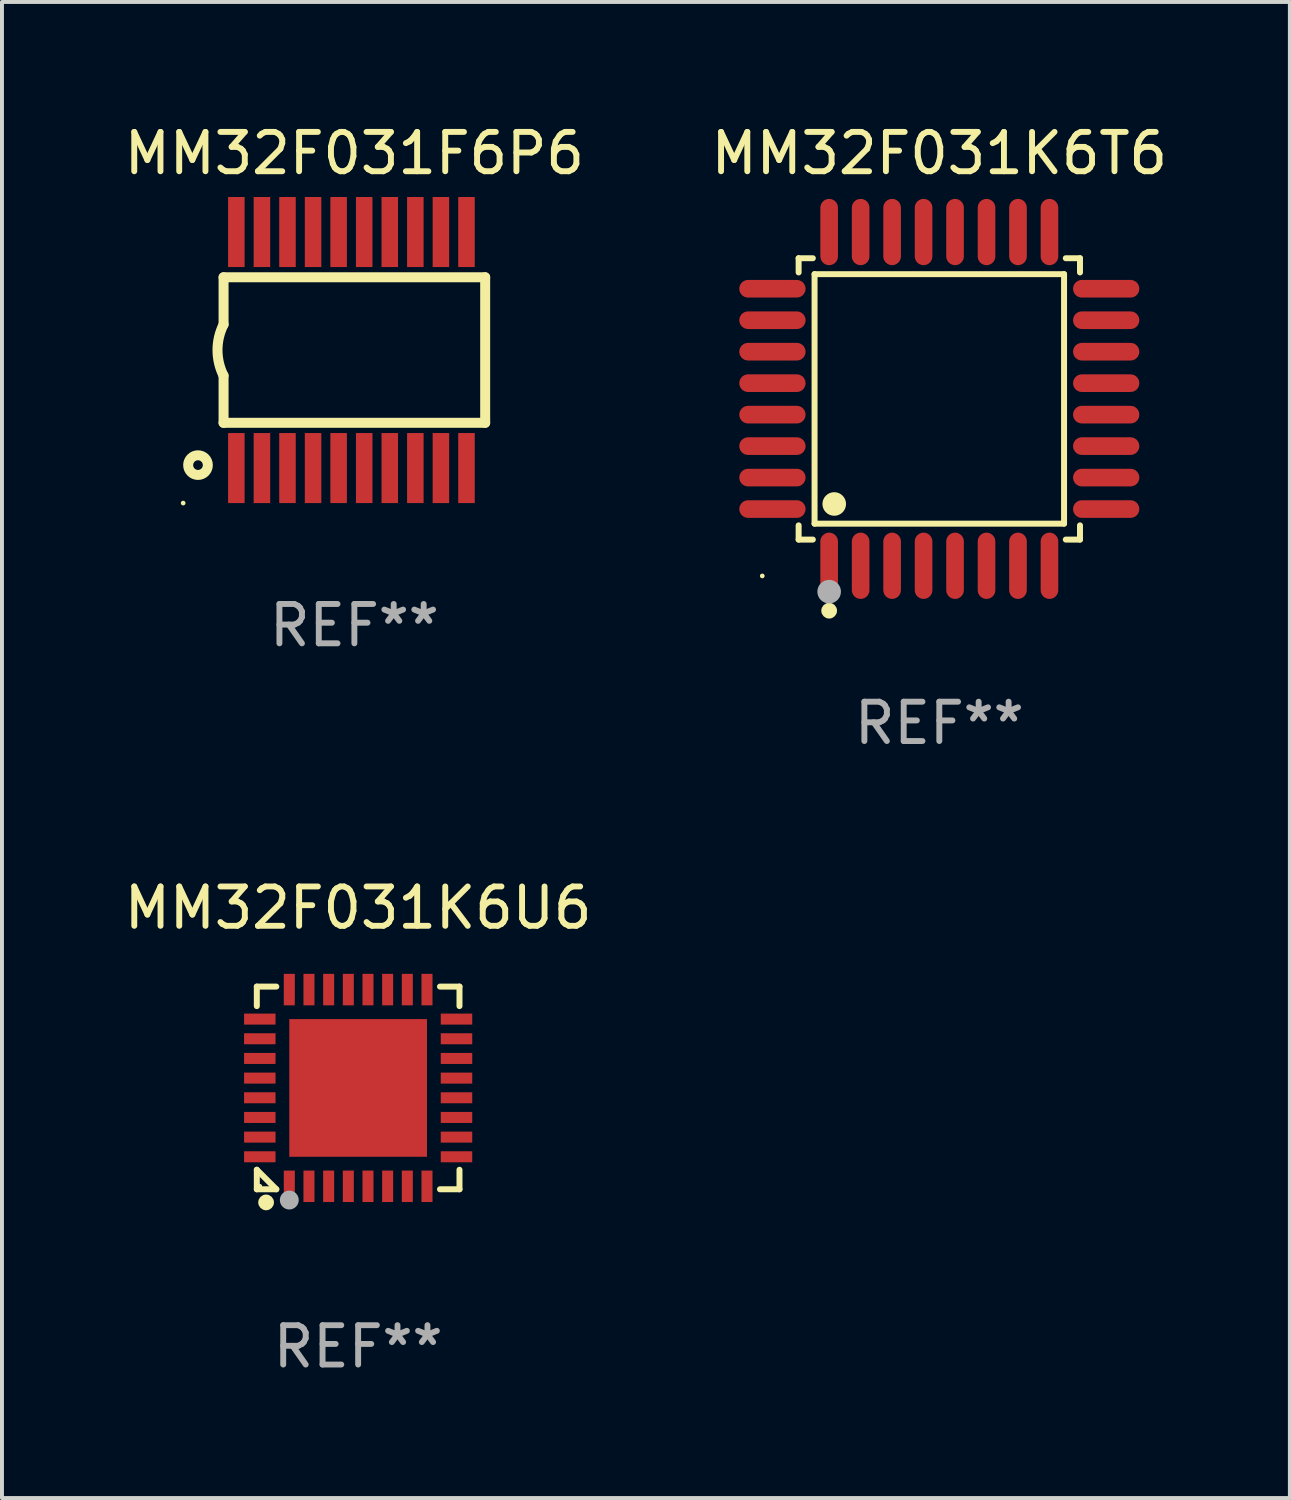
<source format=kicad_pcb>
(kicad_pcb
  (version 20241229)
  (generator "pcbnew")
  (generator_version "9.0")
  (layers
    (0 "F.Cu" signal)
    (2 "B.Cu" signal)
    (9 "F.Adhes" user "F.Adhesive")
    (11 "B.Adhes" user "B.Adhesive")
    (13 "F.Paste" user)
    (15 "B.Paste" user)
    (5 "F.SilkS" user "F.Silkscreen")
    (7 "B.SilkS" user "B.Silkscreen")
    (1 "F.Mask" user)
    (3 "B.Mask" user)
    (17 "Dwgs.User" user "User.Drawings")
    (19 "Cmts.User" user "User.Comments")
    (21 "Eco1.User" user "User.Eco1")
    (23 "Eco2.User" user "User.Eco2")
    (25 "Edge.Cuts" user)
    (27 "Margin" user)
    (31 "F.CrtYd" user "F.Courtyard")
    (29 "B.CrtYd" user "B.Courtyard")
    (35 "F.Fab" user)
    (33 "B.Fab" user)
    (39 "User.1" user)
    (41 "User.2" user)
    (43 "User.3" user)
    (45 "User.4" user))
  (footprint "MM32F031K6U6"
    (layer "F.Cu")
    (at 6.054 24.605)
    (property "Reference" "MM32F031K6U6" (at 0 -4.576 0) (layer "F.SilkS") (effects (font (size 1 1) (thickness 0.15))))
    (attr through_hole)
    (fp_line (start -2.576 -2.576) (end -2.08 -2.576) (stroke (width 0.152) (type solid)) (layer "F.SilkS"))
    (fp_line (start -2.576 -2.08) (end -2.576 -2.576) (stroke (width 0.152) (type solid)) (layer "F.SilkS"))
    (fp_line (start -2.576 2.08) (end -2.576 2.576) (stroke (width 0.152) (type solid)) (layer "F.SilkS"))
    (fp_line (start -2.576 2.08) (end -2.08 2.576) (stroke (width 0.152) (type solid)) (layer "F.SilkS"))
    (fp_line (start -2.576 2.576) (end -2.08 2.576) (stroke (width 0.152) (type solid)) (layer "F.SilkS"))
    (fp_line (start 2.576 -2.576) (end 2.08 -2.576) (stroke (width 0.152) (type solid)) (layer "F.SilkS"))
    (fp_line (start 2.576 -2.08) (end 2.576 -2.576) (stroke (width 0.152) (type solid)) (layer "F.SilkS"))
    (fp_line (start 2.576 2.08) (end 2.576 2.576) (stroke (width 0.152) (type solid)) (layer "F.SilkS"))
    (fp_line (start 2.576 2.576) (end 2.08 2.576) (stroke (width 0.152) (type solid)) (layer "F.SilkS"))
    (fp_circle (center -2.5 2.5) (end -2.47 2.5) (stroke (width 0.06) (type solid)) (fill no) (layer "F.SilkS"))
    (fp_circle (center -2.34 2.91) (end -2.24 2.91) (stroke (width 0.2) (type solid)) (fill no) (layer "F.SilkS"))
    (fp_circle (center -1.75 2.85) (end -1.63 2.85) (stroke (width 0.24) (type solid)) (fill no) (layer "F.Fab"))
    (fp_text user "REF**" (at 0 6.576 0) (layer "F.Fab") (effects (font (size 1 1) (thickness 0.15))))
    (pad "1" smd rect (at -1.75 2.5) (size 0.28 0.8) (layers "F.Cu" "F.Mask" "F.Paste"))
    (pad "2" smd rect (at -1.25 2.5) (size 0.28 0.8) (layers "F.Cu" "F.Mask" "F.Paste"))
    (pad "3" smd rect (at -0.75 2.5) (size 0.28 0.8) (layers "F.Cu" "F.Mask" "F.Paste"))
    (pad "4" smd rect (at -0.25 2.5) (size 0.28 0.8) (layers "F.Cu" "F.Mask" "F.Paste"))
    (pad "5" smd rect (at 0.25 2.5) (size 0.28 0.8) (layers "F.Cu" "F.Mask" "F.Paste"))
    (pad "6" smd rect (at 0.75 2.5) (size 0.28 0.8) (layers "F.Cu" "F.Mask" "F.Paste"))
    (pad "7" smd rect (at 1.25 2.5) (size 0.28 0.8) (layers "F.Cu" "F.Mask" "F.Paste"))
    (pad "8" smd rect (at 1.75 2.5) (size 0.28 0.8) (layers "F.Cu" "F.Mask" "F.Paste"))
    (pad "9" smd rect (at 2.5 1.75) (size 0.8 0.28) (layers "F.Cu" "F.Mask" "F.Paste"))
    (pad "10" smd rect (at 2.5 1.25) (size 0.8 0.28) (layers "F.Cu" "F.Mask" "F.Paste"))
    (pad "11" smd rect (at 2.5 0.75) (size 0.8 0.28) (layers "F.Cu" "F.Mask" "F.Paste"))
    (pad "12" smd rect (at 2.5 0.25) (size 0.8 0.28) (layers "F.Cu" "F.Mask" "F.Paste"))
    (pad "13" smd rect (at 2.5 -0.25) (size 0.8 0.28) (layers "F.Cu" "F.Mask" "F.Paste"))
    (pad "14" smd rect (at 2.5 -0.75) (size 0.8 0.28) (layers "F.Cu" "F.Mask" "F.Paste"))
    (pad "15" smd rect (at 2.5 -1.25) (size 0.8 0.28) (layers "F.Cu" "F.Mask" "F.Paste"))
    (pad "16" smd rect (at 2.5 -1.75) (size 0.8 0.28) (layers "F.Cu" "F.Mask" "F.Paste"))
    (pad "17" smd rect (at 1.75 -2.5) (size 0.28 0.8) (layers "F.Cu" "F.Mask" "F.Paste"))
    (pad "18" smd rect (at 1.25 -2.5) (size 0.28 0.8) (layers "F.Cu" "F.Mask" "F.Paste"))
    (pad "19" smd rect (at 0.75 -2.5) (size 0.28 0.8) (layers "F.Cu" "F.Mask" "F.Paste"))
    (pad "20" smd rect (at 0.25 -2.5) (size 0.28 0.8) (layers "F.Cu" "F.Mask" "F.Paste"))
    (pad "21" smd rect (at -0.25 -2.5) (size 0.28 0.8) (layers "F.Cu" "F.Mask" "F.Paste"))
    (pad "22" smd rect (at -0.75 -2.5) (size 0.28 0.8) (layers "F.Cu" "F.Mask" "F.Paste"))
    (pad "23" smd rect (at -1.25 -2.5) (size 0.28 0.8) (layers "F.Cu" "F.Mask" "F.Paste"))
    (pad "24" smd rect (at -1.75 -2.5) (size 0.28 0.8) (layers "F.Cu" "F.Mask" "F.Paste"))
    (pad "25" smd rect (at -2.5 -1.75) (size 0.8 0.28) (layers "F.Cu" "F.Mask" "F.Paste"))
    (pad "26" smd rect (at -2.5 -1.25) (size 0.8 0.28) (layers "F.Cu" "F.Mask" "F.Paste"))
    (pad "27" smd rect (at -2.5 -0.75) (size 0.8 0.28) (layers "F.Cu" "F.Mask" "F.Paste"))
    (pad "28" smd rect (at -2.5 -0.25) (size 0.8 0.28) (layers "F.Cu" "F.Mask" "F.Paste"))
    (pad "29" smd rect (at -2.5 0.25) (size 0.8 0.28) (layers "F.Cu" "F.Mask" "F.Paste"))
    (pad "30" smd rect (at -2.5 0.75) (size 0.8 0.28) (layers "F.Cu" "F.Mask" "F.Paste"))
    (pad "31" smd rect (at -2.5 1.25) (size 0.8 0.28) (layers "F.Cu" "F.Mask" "F.Paste"))
    (pad "32" smd rect (at -2.5 1.75) (size 0.8 0.28) (layers "F.Cu" "F.Mask" "F.Paste"))
    (pad "33" smd rect (at 0 0) (size 3.5 3.5) (layers "F.Cu" "F.Mask" "F.Paste")))
  (footprint "MM32F031K6T6"
    (layer "F.Cu")
    (at 20.827 7.09)
    (property "Reference" "MM32F031K6T6" (at 0 -6.242 0) (layer "F.SilkS") (effects (font (size 1 1) (thickness 0.15))))
    (attr through_hole)
    (fp_line (start -3.576 -3.576) (end -3.215 -3.576) (stroke (width 0.152) (type solid)) (layer "F.SilkS"))
    (fp_line (start -3.576 -3.215) (end -3.576 -3.576) (stroke (width 0.152) (type solid)) (layer "F.SilkS"))
    (fp_line (start -3.576 3.215) (end -3.576 3.576) (stroke (width 0.152) (type solid)) (layer "F.SilkS"))
    (fp_line (start -3.576 3.576) (end -3.215 3.576) (stroke (width 0.152) (type solid)) (layer "F.SilkS"))
    (fp_line (start -3.171 -3.171) (end 3.171 -3.171) (stroke (width 0.152) (type solid)) (layer "F.SilkS"))
    (fp_line (start -3.171 3.171) (end -3.171 -3.171) (stroke (width 0.152) (type solid)) (layer "F.SilkS"))
    (fp_line (start 3.171 -3.171) (end 3.171 3.171) (stroke (width 0.152) (type solid)) (layer "F.SilkS"))
    (fp_line (start 3.171 3.171) (end -3.171 3.171) (stroke (width 0.152) (type solid)) (layer "F.SilkS"))
    (fp_line (start 3.576 -3.576) (end 3.215 -3.576) (stroke (width 0.152) (type solid)) (layer "F.SilkS"))
    (fp_line (start 3.576 -3.215) (end 3.576 -3.576) (stroke (width 0.152) (type solid)) (layer "F.SilkS"))
    (fp_line (start 3.576 3.215) (end 3.576 3.576) (stroke (width 0.152) (type solid)) (layer "F.SilkS"))
    (fp_line (start 3.576 3.576) (end 3.215 3.576) (stroke (width 0.152) (type solid)) (layer "F.SilkS"))
    (fp_circle (center -4.5 4.5) (end -4.47 4.5) (stroke (width 0.06) (type solid)) (fill no) (layer "F.SilkS"))
    (fp_circle (center -2.8 5.384) (end -2.7 5.384) (stroke (width 0.2) (type solid)) (fill no) (layer "F.SilkS"))
    (fp_circle (center -2.671 2.671) (end -2.521 2.671) (stroke (width 0.3) (type solid)) (fill no) (layer "F.SilkS"))
    (fp_circle (center -2.8 4.9) (end -2.65 4.9) (stroke (width 0.3) (type solid)) (fill no) (layer "F.Fab"))
    (fp_text user "REF**" (at 0 8.242 0) (layer "F.Fab") (effects (font (size 1 1) (thickness 0.15))))
    (pad "1" smd oval (at -2.8 4.242) (size 0.448 1.684) (layers "F.Cu" "F.Mask" "F.Paste"))
    (pad "2" smd oval (at -2 4.242) (size 0.448 1.684) (layers "F.Cu" "F.Mask" "F.Paste"))
    (pad "3" smd oval (at -1.2 4.242) (size 0.448 1.684) (layers "F.Cu" "F.Mask" "F.Paste"))
    (pad "4" smd oval (at -0.4 4.242) (size 0.448 1.684) (layers "F.Cu" "F.Mask" "F.Paste"))
    (pad "5" smd oval (at 0.4 4.242) (size 0.448 1.684) (layers "F.Cu" "F.Mask" "F.Paste"))
    (pad "6" smd oval (at 1.2 4.242) (size 0.448 1.684) (layers "F.Cu" "F.Mask" "F.Paste"))
    (pad "7" smd oval (at 2 4.242) (size 0.448 1.684) (layers "F.Cu" "F.Mask" "F.Paste"))
    (pad "8" smd oval (at 2.8 4.242) (size 0.448 1.684) (layers "F.Cu" "F.Mask" "F.Paste"))
    (pad "9" smd oval (at 4.242 2.8) (size 1.684 0.448) (layers "F.Cu" "F.Mask" "F.Paste"))
    (pad "10" smd oval (at 4.242 2) (size 1.684 0.448) (layers "F.Cu" "F.Mask" "F.Paste"))
    (pad "11" smd oval (at 4.242 1.2) (size 1.684 0.448) (layers "F.Cu" "F.Mask" "F.Paste"))
    (pad "12" smd oval (at 4.242 0.4) (size 1.684 0.448) (layers "F.Cu" "F.Mask" "F.Paste"))
    (pad "13" smd oval (at 4.242 -0.4) (size 1.684 0.448) (layers "F.Cu" "F.Mask" "F.Paste"))
    (pad "14" smd oval (at 4.242 -1.2) (size 1.684 0.448) (layers "F.Cu" "F.Mask" "F.Paste"))
    (pad "15" smd oval (at 4.242 -2) (size 1.684 0.448) (layers "F.Cu" "F.Mask" "F.Paste"))
    (pad "16" smd oval (at 4.242 -2.8) (size 1.684 0.448) (layers "F.Cu" "F.Mask" "F.Paste"))
    (pad "17" smd oval (at 2.8 -4.242) (size 0.448 1.684) (layers "F.Cu" "F.Mask" "F.Paste"))
    (pad "18" smd oval (at 2 -4.242) (size 0.448 1.684) (layers "F.Cu" "F.Mask" "F.Paste"))
    (pad "19" smd oval (at 1.2 -4.242) (size 0.448 1.684) (layers "F.Cu" "F.Mask" "F.Paste"))
    (pad "20" smd oval (at 0.4 -4.242) (size 0.448 1.684) (layers "F.Cu" "F.Mask" "F.Paste"))
    (pad "21" smd oval (at -0.4 -4.242) (size 0.448 1.684) (layers "F.Cu" "F.Mask" "F.Paste"))
    (pad "22" smd oval (at -1.2 -4.242) (size 0.448 1.684) (layers "F.Cu" "F.Mask" "F.Paste"))
    (pad "23" smd oval (at -2 -4.242) (size 0.448 1.684) (layers "F.Cu" "F.Mask" "F.Paste"))
    (pad "24" smd oval (at -2.8 -4.242) (size 0.448 1.684) (layers "F.Cu" "F.Mask" "F.Paste"))
    (pad "25" smd oval (at -4.242 -2.8) (size 1.684 0.448) (layers "F.Cu" "F.Mask" "F.Paste"))
    (pad "26" smd oval (at -4.242 -2) (size 1.684 0.448) (layers "F.Cu" "F.Mask" "F.Paste"))
    (pad "27" smd oval (at -4.242 -1.2) (size 1.684 0.448) (layers "F.Cu" "F.Mask" "F.Paste"))
    (pad "28" smd oval (at -4.242 -0.4) (size 1.684 0.448) (layers "F.Cu" "F.Mask" "F.Paste"))
    (pad "29" smd oval (at -4.242 0.4) (size 1.684 0.448) (layers "F.Cu" "F.Mask" "F.Paste"))
    (pad "30" smd oval (at -4.242 1.2) (size 1.684 0.448) (layers "F.Cu" "F.Mask" "F.Paste"))
    (pad "31" smd oval (at -4.242 2) (size 1.684 0.448) (layers "F.Cu" "F.Mask" "F.Paste"))
    (pad "32" smd oval (at -4.242 2.8) (size 1.684 0.448) (layers "F.Cu" "F.Mask" "F.Paste")))
  (footprint "MM32F031F6P6"
    (layer "F.Cu")
    (at 5.958 5.848)
    (property "Reference" "MM32F031F6P6" (at 0 -5 0) (layer "F.SilkS") (effects (font (size 1 1) (thickness 0.15))))
    (attr through_hole)
    (fp_line (start -3.325 -1.85) (end -3.325 -0.65) (stroke (width 0.254) (type solid)) (layer "F.SilkS"))
    (fp_line (start -3.325 1.85) (end -3.325 0.65) (stroke (width 0.254) (type solid)) (layer "F.SilkS"))
    (fp_line (start 3.325 -1.85) (end -3.325 -1.85) (stroke (width 0.254) (type solid)) (layer "F.SilkS"))
    (fp_line (start 3.325 -1.85) (end 3.325 1.85) (stroke (width 0.254) (type solid)) (layer "F.SilkS"))
    (fp_line (start 3.325 1.85) (end -3.325 1.85) (stroke (width 0.254) (type solid)) (layer "F.SilkS"))
    (fp_arc (start -3.3262 0.650241) (mid -3.479255 -0.000017) (end -3.324981 -0.649987) (stroke (width 0.254001) (type solid)) (layer "F.SilkS"))
    (fp_circle (center -4.352 3.89) (end -4.322 3.89) (stroke (width 0.06) (type solid)) (fill no) (layer "F.SilkS"))
    (fp_circle (center -3.975 2.925) (end -3.725 2.925) (stroke (width 0.254) (type solid)) (fill no) (layer "F.SilkS"))
    (fp_text user "REF**" (at 0 7 0) (layer "F.Fab") (effects (font (size 1 1) (thickness 0.15))))
    (pad "1" smd rect (at -3 3 90) (size 1.78 0.42) (layers "F.Cu" "F.Mask" "F.Paste"))
    (pad "2" smd rect (at -2.35 3 90) (size 1.78 0.42) (layers "F.Cu" "F.Mask" "F.Paste"))
    (pad "3" smd rect (at -1.7 3 90) (size 1.78 0.42) (layers "F.Cu" "F.Mask" "F.Paste"))
    (pad "4" smd rect (at -1.05 3 90) (size 1.78 0.42) (layers "F.Cu" "F.Mask" "F.Paste"))
    (pad "5" smd rect (at -0.4 3 90) (size 1.78 0.42) (layers "F.Cu" "F.Mask" "F.Paste"))
    (pad "6" smd rect (at 0.25 3 90) (size 1.78 0.42) (layers "F.Cu" "F.Mask" "F.Paste"))
    (pad "7" smd rect (at 0.9 3 90) (size 1.78 0.42) (layers "F.Cu" "F.Mask" "F.Paste"))
    (pad "8" smd rect (at 1.55 3 90) (size 1.78 0.42) (layers "F.Cu" "F.Mask" "F.Paste"))
    (pad "9" smd rect (at 2.2 3 90) (size 1.78 0.42) (layers "F.Cu" "F.Mask" "F.Paste"))
    (pad "10" smd rect (at 2.85 3 90) (size 1.78 0.42) (layers "F.Cu" "F.Mask" "F.Paste"))
    (pad "11" smd rect (at 2.85 -3 90) (size 1.78 0.42) (layers "F.Cu" "F.Mask" "F.Paste"))
    (pad "12" smd rect (at 2.2 -3 90) (size 1.78 0.42) (layers "F.Cu" "F.Mask" "F.Paste"))
    (pad "13" smd rect (at 1.55 -3 90) (size 1.78 0.42) (layers "F.Cu" "F.Mask" "F.Paste"))
    (pad "14" smd rect (at 0.9 -3 90) (size 1.78 0.42) (layers "F.Cu" "F.Mask" "F.Paste"))
    (pad "15" smd rect (at 0.25 -3 90) (size 1.78 0.42) (layers "F.Cu" "F.Mask" "F.Paste"))
    (pad "16" smd rect (at -0.4 -3 90) (size 1.78 0.42) (layers "F.Cu" "F.Mask" "F.Paste"))
    (pad "17" smd rect (at -1.05 -3 90) (size 1.78 0.42) (layers "F.Cu" "F.Mask" "F.Paste"))
    (pad "18" smd rect (at -1.7 -3 90) (size 1.78 0.42) (layers "F.Cu" "F.Mask" "F.Paste"))
    (pad "19" smd rect (at -2.35 -3 90) (size 1.78 0.42) (layers "F.Cu" "F.Mask" "F.Paste"))
    (pad "20" smd rect (at -3 -3 90) (size 1.78 0.42) (layers "F.Cu" "F.Mask" "F.Paste")))
  (gr_rect
    (start -3 -3)
    (end 29.738 35.03)
    (stroke (width 0.1) (type default))
    (fill no)
    (layer "Edge.Cuts")))
</source>
